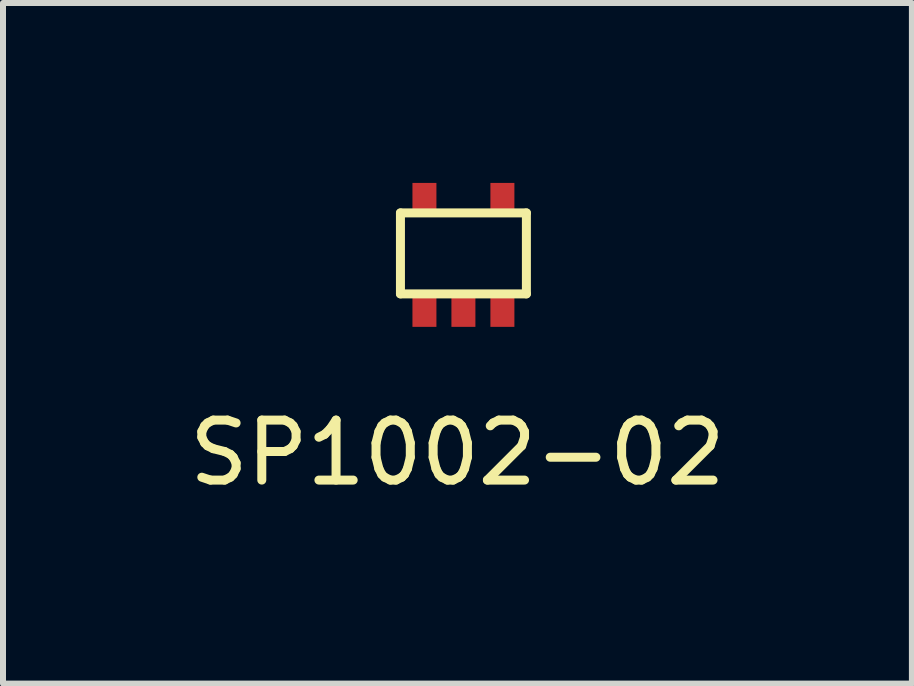
<source format=kicad_pcb>
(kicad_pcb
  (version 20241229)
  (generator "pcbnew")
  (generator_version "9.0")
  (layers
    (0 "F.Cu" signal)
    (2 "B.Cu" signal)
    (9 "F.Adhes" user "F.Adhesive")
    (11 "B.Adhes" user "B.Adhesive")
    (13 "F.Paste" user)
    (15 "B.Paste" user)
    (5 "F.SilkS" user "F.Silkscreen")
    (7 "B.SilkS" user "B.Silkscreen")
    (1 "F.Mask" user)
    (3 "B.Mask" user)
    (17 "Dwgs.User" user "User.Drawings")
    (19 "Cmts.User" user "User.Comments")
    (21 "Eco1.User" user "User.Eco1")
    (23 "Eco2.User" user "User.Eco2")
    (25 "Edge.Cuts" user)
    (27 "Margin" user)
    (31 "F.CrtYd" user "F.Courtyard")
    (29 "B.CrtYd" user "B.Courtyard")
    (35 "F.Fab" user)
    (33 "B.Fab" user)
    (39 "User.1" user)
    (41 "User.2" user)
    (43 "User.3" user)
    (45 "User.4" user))
  (footprint "SP1002-02"
    (layer "F.Cu")
    (at 4.677 2.15)
    (property "Reference" "SP1002-02" (at -0.1 2.35 0) (layer "F.SilkS") (effects (font (size 1 1) (thickness 0.15))))
    (attr through_hole)
    (fp_line (start -1.05 -1.65) (end 1.05 -1.65) (stroke (width 0.15) (type solid)) (layer "F.SilkS"))
    (fp_line (start -1.05 -0.3) (end -1.05 -1.65) (stroke (width 0.15) (type solid)) (layer "F.SilkS"))
    (fp_line (start 1.05 -1.65) (end 1.05 -0.3) (stroke (width 0.15) (type solid)) (layer "F.SilkS"))
    (fp_line (start 1.05 -0.3) (end -1.05 -0.3) (stroke (width 0.15) (type solid)) (layer "F.SilkS"))
    (pad "1" smd rect (at -0.65 0) (size 0.4 0.5) (layers "F.Cu" "F.Mask" "F.Paste"))
    (pad "2" smd rect (at 0 0) (size 0.4 0.5) (layers "F.Cu" "F.Mask" "F.Paste"))
    (pad "3" smd rect (at 0.65 0) (size 0.4 0.5) (layers "F.Cu" "F.Mask" "F.Paste"))
    (pad "4" smd rect (at 0.65 -1.9) (size 0.4 0.5) (layers "F.Cu" "F.Mask" "F.Paste"))
    (pad "5" smd rect (at -0.65 -1.9) (size 0.4 0.5) (layers "F.Cu" "F.Mask" "F.Paste")))
  (gr_rect
    (start -3 -3)
    (end 12.155 8.348)
    (stroke (width 0.1) (type default))
    (fill no)
    (layer "Edge.Cuts")))
</source>
